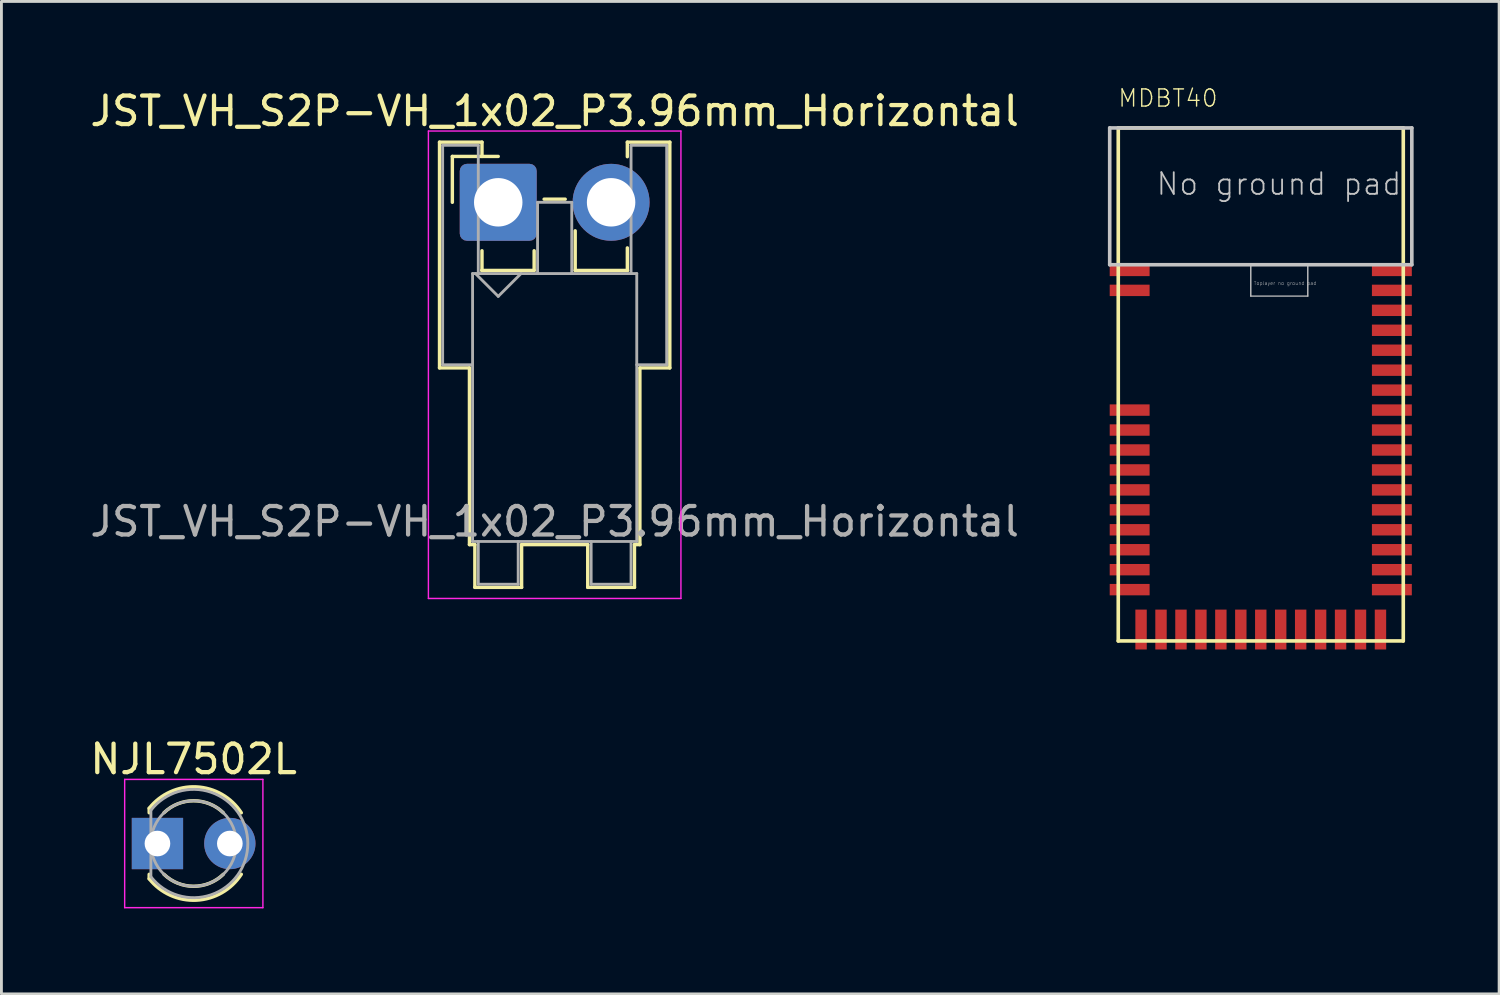
<source format=kicad_pcb>
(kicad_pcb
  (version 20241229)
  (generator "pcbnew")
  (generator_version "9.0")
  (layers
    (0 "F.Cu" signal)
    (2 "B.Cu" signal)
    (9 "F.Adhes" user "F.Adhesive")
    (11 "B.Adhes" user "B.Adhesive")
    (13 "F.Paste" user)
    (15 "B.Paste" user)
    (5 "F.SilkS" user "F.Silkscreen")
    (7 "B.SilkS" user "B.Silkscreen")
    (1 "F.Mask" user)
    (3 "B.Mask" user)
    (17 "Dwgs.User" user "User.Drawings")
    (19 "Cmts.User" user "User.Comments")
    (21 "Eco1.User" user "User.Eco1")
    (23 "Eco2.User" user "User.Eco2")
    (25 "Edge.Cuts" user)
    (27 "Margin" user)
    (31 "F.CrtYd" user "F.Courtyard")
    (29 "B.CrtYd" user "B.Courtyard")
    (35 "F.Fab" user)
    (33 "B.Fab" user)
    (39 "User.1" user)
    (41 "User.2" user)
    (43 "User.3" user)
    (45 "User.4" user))
  (footprint "MDBT40"
    (layer "F.Cu")
    (at 41.185 10.438)
    (property "Reference" "MDBT40" (at -5.04 -9.69 0) (layer "F.SilkS") (effects (font (size 0.603 0.603) (thickness 0.048)) (justify left bottom)))
    (attr through_hole)
    (fp_line (start -5 -9) (end 5 -9) (stroke (width 0.127) (type solid)) (layer "F.SilkS"))
    (fp_line (start -5 9) (end -5 -9) (stroke (width 0.127) (type solid)) (layer "F.SilkS"))
    (fp_line (start -5 9) (end 5 9) (stroke (width 0.127) (type solid)) (layer "F.SilkS"))
    (fp_line (start 5 9) (end 5 -9) (stroke (width 0.127) (type solid)) (layer "F.SilkS"))
    (fp_line (start -5.3 -9) (end 5.3 -9) (stroke (width 0.127) (type solid)) (layer "Dwgs.User"))
    (fp_line (start -5.3 -4.2) (end -5.3 -9) (stroke (width 0.127) (type solid)) (layer "Dwgs.User"))
    (fp_line (start -5.3 -4.2) (end 5.3 -4.2) (stroke (width 0.127) (type solid)) (layer "Dwgs.User"))
    (fp_line (start -0.35 -3.1) (end -0.35 -4.2) (stroke (width 0.05) (type solid)) (layer "Dwgs.User"))
    (fp_line (start 1.65 -4.2) (end -0.35 -4.2) (stroke (width 0.05) (type solid)) (layer "Dwgs.User"))
    (fp_line (start 1.65 -4.2) (end 1.65 -3.1) (stroke (width 0.05) (type solid)) (layer "Dwgs.User"))
    (fp_line (start 1.65 -3.1) (end -0.35 -3.1) (stroke (width 0.045) (type solid)) (layer "Dwgs.User"))
    (fp_line (start 5.3 -9) (end 5.3 -4.2) (stroke (width 0.127) (type solid)) (layer "Dwgs.User"))
    (fp_text user "No ground pad" (at -3.71 -6.59 0) (layer "Dwgs.User") (effects (font (size 0.76 0.76) (thickness 0.064)) (justify left bottom)))
    (fp_text user "Toplayer no ground pad" (at -0.252 -3.478 0) (layer "Dwgs.User") (effects (font (size 0.121 0.121) (thickness 0.01)) (justify left bottom)))
    (pad "1" smd rect (at -4.6 -4) (size 1.4 0.4) (layers "F.Cu" "F.Mask" "F.Paste"))
    (pad "2" smd rect (at -4.6 -3.3) (size 1.4 0.4) (layers "F.Cu" "F.Mask" "F.Paste"))
    (pad "3" smd rect (at -4.6 0.9) (size 1.4 0.4) (layers "F.Cu" "F.Mask" "F.Paste"))
    (pad "4" smd rect (at -4.6 1.6) (size 1.4 0.4) (layers "F.Cu" "F.Mask" "F.Paste"))
    (pad "5" smd rect (at -4.6 2.3) (size 1.4 0.4) (layers "F.Cu" "F.Mask" "F.Paste"))
    (pad "6" smd rect (at -4.6 3) (size 1.4 0.4) (layers "F.Cu" "F.Mask" "F.Paste"))
    (pad "7" smd rect (at -4.6 3.7) (size 1.4 0.4) (layers "F.Cu" "F.Mask" "F.Paste"))
    (pad "8" smd rect (at -4.6 4.4) (size 1.4 0.4) (layers "F.Cu" "F.Mask" "F.Paste"))
    (pad "9" smd rect (at -4.6 5.1) (size 1.4 0.4) (layers "F.Cu" "F.Mask" "F.Paste"))
    (pad "10" smd rect (at -4.6 5.8) (size 1.4 0.4) (layers "F.Cu" "F.Mask" "F.Paste"))
    (pad "11" smd rect (at -4.6 6.5) (size 1.4 0.4) (layers "F.Cu" "F.Mask" "F.Paste"))
    (pad "12" smd rect (at -4.6 7.2) (size 1.4 0.4) (layers "F.Cu" "F.Mask" "F.Paste"))
    (pad "13" smd rect (at -4.2 8.6 90) (size 1.4 0.4) (layers "F.Cu" "F.Mask" "F.Paste"))
    (pad "14" smd rect (at -3.5 8.6 90) (size 1.4 0.4) (layers "F.Cu" "F.Mask" "F.Paste"))
    (pad "15" smd rect (at -2.8 8.6 90) (size 1.4 0.4) (layers "F.Cu" "F.Mask" "F.Paste"))
    (pad "16" smd rect (at -2.1 8.6 90) (size 1.4 0.4) (layers "F.Cu" "F.Mask" "F.Paste"))
    (pad "17" smd rect (at -1.4 8.6 90) (size 1.4 0.4) (layers "F.Cu" "F.Mask" "F.Paste"))
    (pad "18" smd rect (at -0.7 8.6 90) (size 1.4 0.4) (layers "F.Cu" "F.Mask" "F.Paste"))
    (pad "19" smd rect (at 0 8.6 90) (size 1.4 0.4) (layers "F.Cu" "F.Mask" "F.Paste"))
    (pad "20" smd rect (at 0.7 8.6 90) (size 1.4 0.4) (layers "F.Cu" "F.Mask" "F.Paste"))
    (pad "21" smd rect (at 1.4 8.6 90) (size 1.4 0.4) (layers "F.Cu" "F.Mask" "F.Paste"))
    (pad "22" smd rect (at 2.1 8.6 90) (size 1.4 0.4) (layers "F.Cu" "F.Mask" "F.Paste"))
    (pad "23" smd rect (at 2.8 8.6 90) (size 1.4 0.4) (layers "F.Cu" "F.Mask" "F.Paste"))
    (pad "24" smd rect (at 3.5 8.6 90) (size 1.4 0.4) (layers "F.Cu" "F.Mask" "F.Paste"))
    (pad "25" smd rect (at 4.2 8.6 90) (size 1.4 0.4) (layers "F.Cu" "F.Mask" "F.Paste"))
    (pad "26" smd rect (at 4.6 7.2) (size 1.4 0.4) (layers "F.Cu" "F.Mask" "F.Paste"))
    (pad "27" smd rect (at 4.6 6.5) (size 1.4 0.4) (layers "F.Cu" "F.Mask" "F.Paste"))
    (pad "28" smd rect (at 4.6 5.8) (size 1.4 0.4) (layers "F.Cu" "F.Mask" "F.Paste"))
    (pad "29" smd rect (at 4.6 5.1) (size 1.4 0.4) (layers "F.Cu" "F.Mask" "F.Paste"))
    (pad "30" smd rect (at 4.6 4.4) (size 1.4 0.4) (layers "F.Cu" "F.Mask" "F.Paste"))
    (pad "31" smd rect (at 4.6 3.7) (size 1.4 0.4) (layers "F.Cu" "F.Mask" "F.Paste"))
    (pad "32" smd rect (at 4.6 3) (size 1.4 0.4) (layers "F.Cu" "F.Mask" "F.Paste"))
    (pad "33" smd rect (at 4.6 2.3) (size 1.4 0.4) (layers "F.Cu" "F.Mask" "F.Paste"))
    (pad "34" smd rect (at 4.6 1.6) (size 1.4 0.4) (layers "F.Cu" "F.Mask" "F.Paste"))
    (pad "35" smd rect (at 4.6 0.9) (size 1.4 0.4) (layers "F.Cu" "F.Mask" "F.Paste"))
    (pad "36" smd rect (at 4.6 0.2) (size 1.4 0.4) (layers "F.Cu" "F.Mask" "F.Paste"))
    (pad "37" smd rect (at 4.6 -0.5) (size 1.4 0.4) (layers "F.Cu" "F.Mask" "F.Paste"))
    (pad "38" smd rect (at 4.6 -1.2) (size 1.4 0.4) (layers "F.Cu" "F.Mask" "F.Paste"))
    (pad "39" smd rect (at 4.6 -1.9) (size 1.4 0.4) (layers "F.Cu" "F.Mask" "F.Paste"))
    (pad "40" smd rect (at 4.6 -2.6) (size 1.4 0.4) (layers "F.Cu" "F.Mask" "F.Paste"))
    (pad "41" smd rect (at 4.6 -3.3) (size 1.4 0.4) (layers "F.Cu" "F.Mask" "F.Paste"))
    (pad "42" smd rect (at 4.6 -4) (size 1.4 0.4) (layers "F.Cu" "F.Mask" "F.Paste")))
  (footprint "NJL7502L"
    (layer "F.Cu")
    (at 2.474 26.546)
    (property "Reference" "NJL7502L" (at 1.27 -2.96 0) (layer "F.SilkS") (effects (font (size 1 1) (thickness 0.15))))
    (attr through_hole)
    (fp_line (start -0.29 -1.236) (end -0.29 -1.08) (stroke (width 0.12) (type solid)) (layer "F.SilkS"))
    (fp_line (start -0.29 1.08) (end -0.29 1.236) (stroke (width 0.12) (type solid)) (layer "F.SilkS"))
    (fp_arc (start -0.29 -1.235516) (mid 1.366487 -1.987659) (end 2.942335 -1.078608) (stroke (width 0.12) (type solid)) (layer "F.SilkS"))
    (fp_arc (start 0.229039 -1.08) (mid 1.270117 -1.5) (end 2.31113 -1.079837) (stroke (width 0.12) (type solid)) (layer "F.SilkS"))
    (fp_arc (start 2.31113 1.079837) (mid 1.270117 1.5) (end 0.229039 1.08) (stroke (width 0.12) (type solid)) (layer "F.SilkS"))
    (fp_arc (start 2.942335 1.078608) (mid 1.366487 1.987659) (end -0.29 1.235516) (stroke (width 0.12) (type solid)) (layer "F.SilkS"))
    (fp_line (start -1.15 -2.25) (end -1.15 2.25) (stroke (width 0.05) (type solid)) (layer "F.CrtYd"))
    (fp_line (start -1.15 2.25) (end 3.7 2.25) (stroke (width 0.05) (type solid)) (layer "F.CrtYd"))
    (fp_line (start 3.7 -2.25) (end -1.15 -2.25) (stroke (width 0.05) (type solid)) (layer "F.CrtYd"))
    (fp_line (start 3.7 2.25) (end 3.7 -2.25) (stroke (width 0.05) (type solid)) (layer "F.CrtYd"))
    (fp_line (start -0.23 -1.166) (end -0.23 1.166) (stroke (width 0.1) (type solid)) (layer "F.Fab"))
    (fp_arc (start -0.23 -1.16619) (mid 3.17 0.000452) (end -0.230555 1.165476) (stroke (width 0.1) (type solid)) (layer "F.Fab"))
    (fp_circle (center 1.27 0) (end 2.77 0) (stroke (width 0.1) (type solid)) (fill no) (layer "F.Fab"))
    (pad "1" thru_hole rect (at 0 0) (size 1.8 1.8) (drill 0.9) (layers "*.Cu" "*.Mask"))
    (pad "2" thru_hole circle (at 2.54 0) (size 1.8 1.8) (drill 0.9) (layers "*.Cu" "*.Mask")))
  (footprint "JST_VH_S2P-VH_1x02_P3.96mm_Horizontal"
    (layer "F.Cu")
    (at 14.431 4.048)
    (property "Reference" "JST_VH_S2P-VH_1x02_P3.96mm_Horizontal" (at 1.98 -3.2 0) (layer "F.SilkS") (effects (font (size 1 1) (thickness 0.15))))
    (attr through_hole)
    (fp_line (start -2.06 -2.11) (end -0.57 -2.11) (stroke (width 0.12) (type solid)) (layer "F.SilkS"))
    (fp_line (start -2.06 5.81) (end -2.06 -2.11) (stroke (width 0.12) (type solid)) (layer "F.SilkS"))
    (fp_line (start -1.61 -1.61) (end -1.61 0) (stroke (width 0.12) (type solid)) (layer "F.SilkS"))
    (fp_line (start -1.01 5.81) (end -2.06 5.81) (stroke (width 0.12) (type solid)) (layer "F.SilkS"))
    (fp_line (start -1.01 5.81) (end -1.01 12.01) (stroke (width 0.12) (type solid)) (layer "F.SilkS"))
    (fp_line (start -1.01 12.01) (end -0.82 12.01) (stroke (width 0.12) (type solid)) (layer "F.SilkS"))
    (fp_line (start -0.82 12.01) (end -0.82 13.51) (stroke (width 0.12) (type solid)) (layer "F.SilkS"))
    (fp_line (start -0.82 13.51) (end 0.82 13.51) (stroke (width 0.12) (type solid)) (layer "F.SilkS"))
    (fp_line (start -0.58 2.39) (end 1.26 2.39) (stroke (width 0.12) (type solid)) (layer "F.SilkS"))
    (fp_line (start -0.57 -2.11) (end -0.57 -1.61) (stroke (width 0.12) (type solid)) (layer "F.SilkS"))
    (fp_line (start -0.57 1.7) (end -0.57 2.39) (stroke (width 0.12) (type solid)) (layer "F.SilkS"))
    (fp_line (start 0 -1.61) (end -1.61 -1.61) (stroke (width 0.12) (type solid)) (layer "F.SilkS"))
    (fp_line (start 0.82 12.01) (end 3.14 12.01) (stroke (width 0.12) (type solid)) (layer "F.SilkS"))
    (fp_line (start 0.82 13.51) (end 0.82 12.01) (stroke (width 0.12) (type solid)) (layer "F.SilkS"))
    (fp_line (start 1.26 2.39) (end 1.26 1.7) (stroke (width 0.12) (type solid)) (layer "F.SilkS"))
    (fp_line (start 1.61 -0.11) (end 2.35 -0.11) (stroke (width 0.12) (type solid)) (layer "F.SilkS"))
    (fp_line (start 2.7 1) (end 2.7 2.39) (stroke (width 0.12) (type solid)) (layer "F.SilkS"))
    (fp_line (start 2.7 2.39) (end 4.54 2.39) (stroke (width 0.12) (type solid)) (layer "F.SilkS"))
    (fp_line (start 3.14 12.01) (end 3.14 13.51) (stroke (width 0.12) (type solid)) (layer "F.SilkS"))
    (fp_line (start 3.14 13.51) (end 4.78 13.51) (stroke (width 0.12) (type solid)) (layer "F.SilkS"))
    (fp_line (start 4.53 -2.11) (end 6.02 -2.11) (stroke (width 0.12) (type solid)) (layer "F.SilkS"))
    (fp_line (start 4.53 -1.6) (end 4.53 -2.11) (stroke (width 0.12) (type solid)) (layer "F.SilkS"))
    (fp_line (start 4.53 2.39) (end 4.53 1.6) (stroke (width 0.12) (type solid)) (layer "F.SilkS"))
    (fp_line (start 4.78 12.01) (end 4.97 12.01) (stroke (width 0.12) (type solid)) (layer "F.SilkS"))
    (fp_line (start 4.78 13.51) (end 4.78 12.01) (stroke (width 0.12) (type solid)) (layer "F.SilkS"))
    (fp_line (start 4.97 12.01) (end 4.97 5.81) (stroke (width 0.12) (type solid)) (layer "F.SilkS"))
    (fp_line (start 6.02 -2.11) (end 6.02 5.81) (stroke (width 0.12) (type solid)) (layer "F.SilkS"))
    (fp_line (start 6.02 5.81) (end 4.97 5.81) (stroke (width 0.12) (type solid)) (layer "F.SilkS"))
    (fp_line (start -2.45 -2.5) (end -2.45 13.9) (stroke (width 0.05) (type solid)) (layer "F.CrtYd"))
    (fp_line (start -2.45 13.9) (end 6.41 13.9) (stroke (width 0.05) (type solid)) (layer "F.CrtYd"))
    (fp_line (start 6.41 -2.5) (end -2.45 -2.5) (stroke (width 0.05) (type solid)) (layer "F.CrtYd"))
    (fp_line (start 6.41 13.9) (end 6.41 -2.5) (stroke (width 0.05) (type solid)) (layer "F.CrtYd"))
    (fp_line (start -1.95 -2) (end -0.7 -2) (stroke (width 0.1) (type solid)) (layer "F.Fab"))
    (fp_line (start -1.95 5.7) (end -1.95 -2) (stroke (width 0.1) (type solid)) (layer "F.Fab"))
    (fp_line (start -0.9 2.5) (end -0.9 11.9) (stroke (width 0.1) (type solid)) (layer "F.Fab"))
    (fp_line (start -0.9 5.7) (end -1.95 5.7) (stroke (width 0.1) (type solid)) (layer "F.Fab"))
    (fp_line (start -0.9 11.9) (end 4.86 11.9) (stroke (width 0.1) (type solid)) (layer "F.Fab"))
    (fp_line (start -0.8 2.5) (end 0 3.3) (stroke (width 0.1) (type solid)) (layer "F.Fab"))
    (fp_line (start -0.7 -2) (end -0.7 2.5) (stroke (width 0.1) (type solid)) (layer "F.Fab"))
    (fp_line (start -0.7 11.9) (end -0.7 13.4) (stroke (width 0.1) (type solid)) (layer "F.Fab"))
    (fp_line (start -0.7 13.4) (end 0.7 13.4) (stroke (width 0.1) (type solid)) (layer "F.Fab"))
    (fp_line (start 0 3.3) (end 0.8 2.5) (stroke (width 0.1) (type solid)) (layer "F.Fab"))
    (fp_line (start 0.7 13.4) (end 0.7 11.9) (stroke (width 0.1) (type solid)) (layer "F.Fab"))
    (fp_line (start 1.38 0) (end 2.58 0) (stroke (width 0.1) (type solid)) (layer "F.Fab"))
    (fp_line (start 1.38 2.5) (end 1.38 0) (stroke (width 0.1) (type solid)) (layer "F.Fab"))
    (fp_line (start 2.58 0) (end 2.58 2.5) (stroke (width 0.1) (type solid)) (layer "F.Fab"))
    (fp_line (start 3.26 11.9) (end 3.26 13.4) (stroke (width 0.1) (type solid)) (layer "F.Fab"))
    (fp_line (start 3.26 13.4) (end 4.66 13.4) (stroke (width 0.1) (type solid)) (layer "F.Fab"))
    (fp_line (start 4.66 -2) (end 5.91 -2) (stroke (width 0.1) (type solid)) (layer "F.Fab"))
    (fp_line (start 4.66 2.5) (end 4.66 -2) (stroke (width 0.1) (type solid)) (layer "F.Fab"))
    (fp_line (start 4.66 13.4) (end 4.66 11.9) (stroke (width 0.1) (type solid)) (layer "F.Fab"))
    (fp_line (start 4.86 2.5) (end -0.9 2.5) (stroke (width 0.1) (type solid)) (layer "F.Fab"))
    (fp_line (start 4.86 11.9) (end 4.86 2.5) (stroke (width 0.1) (type solid)) (layer "F.Fab"))
    (fp_line (start 5.91 -2) (end 5.91 5.7) (stroke (width 0.1) (type solid)) (layer "F.Fab"))
    (fp_line (start 5.91 5.7) (end 4.86 5.7) (stroke (width 0.1) (type solid)) (layer "F.Fab"))
    (fp_text user "${REFERENCE}" (at 1.98 11.2 0) (layer "F.Fab") (effects (font (size 1 1) (thickness 0.15))))
    (pad "1" thru_hole roundrect (at 0 0) (size 2.7 2.7) (drill 1.7) (layers "*.Cu" "*.Mask") (roundrect_rratio 0.093))
    (pad "2" thru_hole circle (at 3.96 0) (size 2.7 2.7) (drill 1.7) (layers "*.Cu" "*.Mask")))
  (gr_rect
    (start -3 -3)
    (end 49.548 31.821)
    (stroke (width 0.1) (type default))
    (fill no)
    (layer "Edge.Cuts")))
</source>
